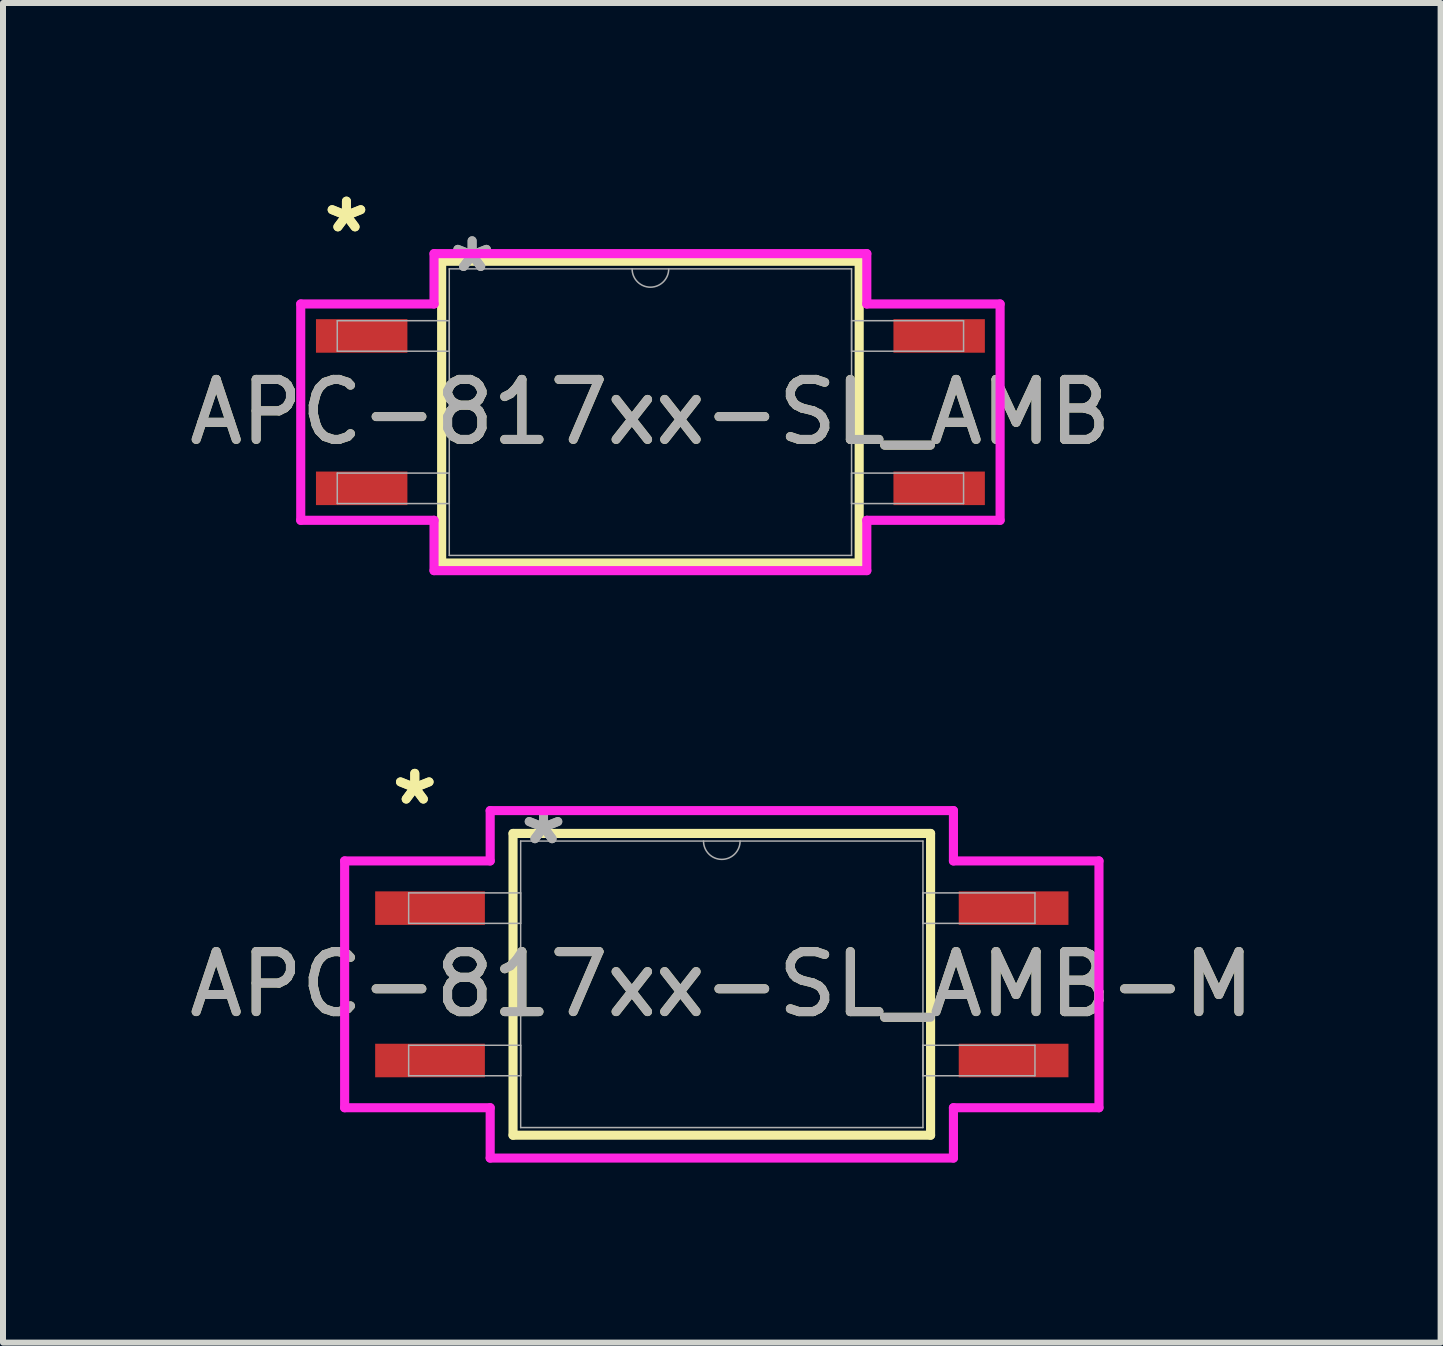
<source format=kicad_pcb>
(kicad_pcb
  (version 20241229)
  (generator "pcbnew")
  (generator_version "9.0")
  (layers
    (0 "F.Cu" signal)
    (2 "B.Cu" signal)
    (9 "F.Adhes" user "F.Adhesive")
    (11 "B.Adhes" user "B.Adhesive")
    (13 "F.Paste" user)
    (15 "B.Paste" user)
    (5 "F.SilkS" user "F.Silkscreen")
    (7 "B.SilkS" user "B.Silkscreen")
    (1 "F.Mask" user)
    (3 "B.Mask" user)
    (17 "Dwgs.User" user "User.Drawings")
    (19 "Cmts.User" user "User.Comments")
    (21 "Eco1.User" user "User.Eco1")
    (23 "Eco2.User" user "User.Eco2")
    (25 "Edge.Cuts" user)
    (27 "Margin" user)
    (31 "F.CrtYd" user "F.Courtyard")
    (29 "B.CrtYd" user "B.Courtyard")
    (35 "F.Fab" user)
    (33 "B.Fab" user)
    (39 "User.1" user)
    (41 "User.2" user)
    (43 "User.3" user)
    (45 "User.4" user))
  (footprint "APC-817xx-SL_AMB"
    (layer "F.Cu")
    (at 7.792 3.82)
    (property "Reference" "APC-817xx-SL_AMB" (at 0 0 0) (unlocked yes) (layer "F.SilkS") (effects (font (size 1 1) (thickness 0.15))))
    (attr smd)
    (fp_line (start -3.48 -2.515) (end -3.48 2.515) (stroke (width 0.152) (type solid)) (layer "F.SilkS"))
    (fp_line (start -3.48 2.515) (end 3.48 2.515) (stroke (width 0.152) (type solid)) (layer "F.SilkS"))
    (fp_line (start 3.48 -2.515) (end -3.48 -2.515) (stroke (width 0.152) (type solid)) (layer "F.SilkS"))
    (fp_line (start 3.48 2.515) (end 3.48 -2.515) (stroke (width 0.152) (type solid)) (layer "F.SilkS"))
    (fp_line (start -5.829 -1.803) (end -3.607 -1.803) (stroke (width 0.152) (type solid)) (layer "F.CrtYd"))
    (fp_line (start -5.829 1.803) (end -5.829 -1.803) (stroke (width 0.152) (type solid)) (layer "F.CrtYd"))
    (fp_line (start -5.829 1.803) (end -3.607 1.803) (stroke (width 0.152) (type solid)) (layer "F.CrtYd"))
    (fp_line (start -3.607 -2.642) (end 3.607 -2.642) (stroke (width 0.152) (type solid)) (layer "F.CrtYd"))
    (fp_line (start -3.607 -1.803) (end -3.607 -2.642) (stroke (width 0.152) (type solid)) (layer "F.CrtYd"))
    (fp_line (start -3.607 2.642) (end -3.607 1.803) (stroke (width 0.152) (type solid)) (layer "F.CrtYd"))
    (fp_line (start 3.607 -2.642) (end 3.607 -1.803) (stroke (width 0.152) (type solid)) (layer "F.CrtYd"))
    (fp_line (start 3.607 1.803) (end 3.607 2.642) (stroke (width 0.152) (type solid)) (layer "F.CrtYd"))
    (fp_line (start 3.607 2.642) (end -3.607 2.642) (stroke (width 0.152) (type solid)) (layer "F.CrtYd"))
    (fp_line (start 5.829 -1.803) (end 3.607 -1.803) (stroke (width 0.152) (type solid)) (layer "F.CrtYd"))
    (fp_line (start 5.829 -1.803) (end 5.829 1.803) (stroke (width 0.152) (type solid)) (layer "F.CrtYd"))
    (fp_line (start 5.829 1.803) (end 3.607 1.803) (stroke (width 0.152) (type solid)) (layer "F.CrtYd"))
    (fp_line (start -5.22 -1.524) (end -5.22 -1.016) (stroke (width 0.025) (type solid)) (layer "F.Fab"))
    (fp_line (start -5.22 -1.016) (end -3.353 -1.016) (stroke (width 0.025) (type solid)) (layer "F.Fab"))
    (fp_line (start -5.22 1.016) (end -5.22 1.524) (stroke (width 0.025) (type solid)) (layer "F.Fab"))
    (fp_line (start -5.22 1.524) (end -3.353 1.524) (stroke (width 0.025) (type solid)) (layer "F.Fab"))
    (fp_line (start -3.353 -2.388) (end -3.353 2.388) (stroke (width 0.025) (type solid)) (layer "F.Fab"))
    (fp_line (start -3.353 -1.524) (end -5.22 -1.524) (stroke (width 0.025) (type solid)) (layer "F.Fab"))
    (fp_line (start -3.353 -1.016) (end -3.353 -1.524) (stroke (width 0.025) (type solid)) (layer "F.Fab"))
    (fp_line (start -3.353 1.016) (end -5.22 1.016) (stroke (width 0.025) (type solid)) (layer "F.Fab"))
    (fp_line (start -3.353 1.524) (end -3.353 1.016) (stroke (width 0.025) (type solid)) (layer "F.Fab"))
    (fp_line (start -3.353 2.388) (end 3.353 2.388) (stroke (width 0.025) (type solid)) (layer "F.Fab"))
    (fp_line (start 3.353 -2.388) (end -3.353 -2.388) (stroke (width 0.025) (type solid)) (layer "F.Fab"))
    (fp_line (start 3.353 -1.524) (end 3.353 -1.016) (stroke (width 0.025) (type solid)) (layer "F.Fab"))
    (fp_line (start 3.353 -1.016) (end 5.22 -1.016) (stroke (width 0.025) (type solid)) (layer "F.Fab"))
    (fp_line (start 3.353 1.016) (end 3.353 1.524) (stroke (width 0.025) (type solid)) (layer "F.Fab"))
    (fp_line (start 3.353 1.524) (end 5.22 1.524) (stroke (width 0.025) (type solid)) (layer "F.Fab"))
    (fp_line (start 3.353 2.388) (end 3.353 -2.388) (stroke (width 0.025) (type solid)) (layer "F.Fab"))
    (fp_line (start 5.22 -1.524) (end 3.353 -1.524) (stroke (width 0.025) (type solid)) (layer "F.Fab"))
    (fp_line (start 5.22 -1.016) (end 5.22 -1.524) (stroke (width 0.025) (type solid)) (layer "F.Fab"))
    (fp_line (start 5.22 1.016) (end 3.353 1.016) (stroke (width 0.025) (type solid)) (layer "F.Fab"))
    (fp_line (start 5.22 1.524) (end 5.22 1.016) (stroke (width 0.025) (type solid)) (layer "F.Fab"))
    (fp_arc (start 0.3048 -2.3876) (mid 0 -2.0828) (end -0.3048 -2.3876) (stroke (width 0.0254) (type solid)) (layer "F.Fab"))
    (fp_text user "*" (at -5.067 -2.972 0) (unlocked yes) (layer "F.SilkS") (effects (font (size 1 1) (thickness 0.15))))
    (fp_text user "*" (at -5.067 -2.972 0) (layer "F.SilkS") (effects (font (size 1 1) (thickness 0.15))))
    (fp_text user "${REFERENCE}" (at 0 0 0) (unlocked yes) (layer "F.Fab") (effects (font (size 1 1) (thickness 0.15))))
    (fp_text user "*" (at -2.972 -2.311 0) (layer "F.Fab") (effects (font (size 1 1) (thickness 0.15))))
    (fp_text user "*" (at -2.972 -2.311 0) (unlocked yes) (layer "F.Fab") (effects (font (size 1 1) (thickness 0.15))))
    (pad "1" smd rect (at -4.813 -1.27) (size 1.524 0.559) (layers "F.Cu" "F.Mask" "F.Paste"))
    (pad "2" smd rect (at -4.813 1.27) (size 1.524 0.559) (layers "F.Cu" "F.Mask" "F.Paste"))
    (pad "3" smd rect (at 4.813 1.27) (size 1.524 0.559) (layers "F.Cu" "F.Mask" "F.Paste"))
    (pad "4" smd rect (at 4.813 -1.27) (size 1.524 0.559) (layers "F.Cu" "F.Mask" "F.Paste")))
  (footprint "APC-817xx-SL_AMB-M"
    (layer "F.Cu")
    (at 8.982 13.358)
    (property "Reference" "APC-817xx-SL_AMB-M" (at 0 0 0) (unlocked yes) (layer "F.SilkS") (effects (font (size 1 1) (thickness 0.15))))
    (attr smd)
    (fp_line (start -3.48 -2.515) (end -3.48 2.515) (stroke (width 0.152) (type solid)) (layer "F.SilkS"))
    (fp_line (start -3.48 2.515) (end 3.48 2.515) (stroke (width 0.152) (type solid)) (layer "F.SilkS"))
    (fp_line (start 3.48 -2.515) (end -3.48 -2.515) (stroke (width 0.152) (type solid)) (layer "F.SilkS"))
    (fp_line (start 3.48 2.515) (end 3.48 -2.515) (stroke (width 0.152) (type solid)) (layer "F.SilkS"))
    (fp_line (start -6.287 -2.057) (end -3.861 -2.057) (stroke (width 0.152) (type solid)) (layer "F.CrtYd"))
    (fp_line (start -6.287 2.057) (end -6.287 -2.057) (stroke (width 0.152) (type solid)) (layer "F.CrtYd"))
    (fp_line (start -6.287 2.057) (end -3.861 2.057) (stroke (width 0.152) (type solid)) (layer "F.CrtYd"))
    (fp_line (start -3.861 -2.896) (end 3.861 -2.896) (stroke (width 0.152) (type solid)) (layer "F.CrtYd"))
    (fp_line (start -3.861 -2.057) (end -3.861 -2.896) (stroke (width 0.152) (type solid)) (layer "F.CrtYd"))
    (fp_line (start -3.861 2.896) (end -3.861 2.057) (stroke (width 0.152) (type solid)) (layer "F.CrtYd"))
    (fp_line (start 3.861 -2.896) (end 3.861 -2.057) (stroke (width 0.152) (type solid)) (layer "F.CrtYd"))
    (fp_line (start 3.861 2.057) (end 3.861 2.896) (stroke (width 0.152) (type solid)) (layer "F.CrtYd"))
    (fp_line (start 3.861 2.896) (end -3.861 2.896) (stroke (width 0.152) (type solid)) (layer "F.CrtYd"))
    (fp_line (start 6.287 -2.057) (end 3.861 -2.057) (stroke (width 0.152) (type solid)) (layer "F.CrtYd"))
    (fp_line (start 6.287 -2.057) (end 6.287 2.057) (stroke (width 0.152) (type solid)) (layer "F.CrtYd"))
    (fp_line (start 6.287 2.057) (end 3.861 2.057) (stroke (width 0.152) (type solid)) (layer "F.CrtYd"))
    (fp_line (start -5.22 -1.524) (end -5.22 -1.016) (stroke (width 0.025) (type solid)) (layer "F.Fab"))
    (fp_line (start -5.22 -1.016) (end -3.353 -1.016) (stroke (width 0.025) (type solid)) (layer "F.Fab"))
    (fp_line (start -5.22 1.016) (end -5.22 1.524) (stroke (width 0.025) (type solid)) (layer "F.Fab"))
    (fp_line (start -5.22 1.524) (end -3.353 1.524) (stroke (width 0.025) (type solid)) (layer "F.Fab"))
    (fp_line (start -3.353 -2.388) (end -3.353 2.388) (stroke (width 0.025) (type solid)) (layer "F.Fab"))
    (fp_line (start -3.353 -1.524) (end -5.22 -1.524) (stroke (width 0.025) (type solid)) (layer "F.Fab"))
    (fp_line (start -3.353 -1.016) (end -3.353 -1.524) (stroke (width 0.025) (type solid)) (layer "F.Fab"))
    (fp_line (start -3.353 1.016) (end -5.22 1.016) (stroke (width 0.025) (type solid)) (layer "F.Fab"))
    (fp_line (start -3.353 1.524) (end -3.353 1.016) (stroke (width 0.025) (type solid)) (layer "F.Fab"))
    (fp_line (start -3.353 2.388) (end 3.353 2.388) (stroke (width 0.025) (type solid)) (layer "F.Fab"))
    (fp_line (start 3.353 -2.388) (end -3.353 -2.388) (stroke (width 0.025) (type solid)) (layer "F.Fab"))
    (fp_line (start 3.353 -1.524) (end 3.353 -1.016) (stroke (width 0.025) (type solid)) (layer "F.Fab"))
    (fp_line (start 3.353 -1.016) (end 5.22 -1.016) (stroke (width 0.025) (type solid)) (layer "F.Fab"))
    (fp_line (start 3.353 1.016) (end 3.353 1.524) (stroke (width 0.025) (type solid)) (layer "F.Fab"))
    (fp_line (start 3.353 1.524) (end 5.22 1.524) (stroke (width 0.025) (type solid)) (layer "F.Fab"))
    (fp_line (start 3.353 2.388) (end 3.353 -2.388) (stroke (width 0.025) (type solid)) (layer "F.Fab"))
    (fp_line (start 5.22 -1.524) (end 3.353 -1.524) (stroke (width 0.025) (type solid)) (layer "F.Fab"))
    (fp_line (start 5.22 -1.016) (end 5.22 -1.524) (stroke (width 0.025) (type solid)) (layer "F.Fab"))
    (fp_line (start 5.22 1.016) (end 3.353 1.016) (stroke (width 0.025) (type solid)) (layer "F.Fab"))
    (fp_line (start 5.22 1.524) (end 5.22 1.016) (stroke (width 0.025) (type solid)) (layer "F.Fab"))
    (fp_arc (start 0.3048 -2.3876) (mid 0 -2.0828) (end -0.3048 -2.3876) (stroke (width 0.0254) (type solid)) (layer "F.Fab"))
    (fp_text user "*" (at -5.118 -2.972 0) (layer "F.SilkS") (effects (font (size 1 1) (thickness 0.15))))
    (fp_text user "*" (at -5.118 -2.972 0) (unlocked yes) (layer "F.SilkS") (effects (font (size 1 1) (thickness 0.15))))
    (fp_text user "*" (at -2.972 -2.311 0) (unlocked yes) (layer "F.Fab") (effects (font (size 1 1) (thickness 0.15))))
    (fp_text user "${REFERENCE}" (at 0 0 0) (unlocked yes) (layer "F.Fab") (effects (font (size 1 1) (thickness 0.15))))
    (fp_text user "*" (at -2.972 -2.311 0) (layer "F.Fab") (effects (font (size 1 1) (thickness 0.15))))
    (pad "1" smd rect (at -4.864 -1.27) (size 1.829 0.559) (layers "F.Cu" "F.Mask" "F.Paste"))
    (pad "2" smd rect (at -4.864 1.27) (size 1.829 0.559) (layers "F.Cu" "F.Mask" "F.Paste"))
    (pad "3" smd rect (at 4.864 1.27) (size 1.829 0.559) (layers "F.Cu" "F.Mask" "F.Paste"))
    (pad "4" smd rect (at 4.864 -1.27) (size 1.829 0.559) (layers "F.Cu" "F.Mask" "F.Paste")))
  (gr_rect
    (start -3 -3)
    (end 20.964 19.33)
    (stroke (width 0.1) (type default))
    (fill no)
    (layer "Edge.Cuts")))
</source>
